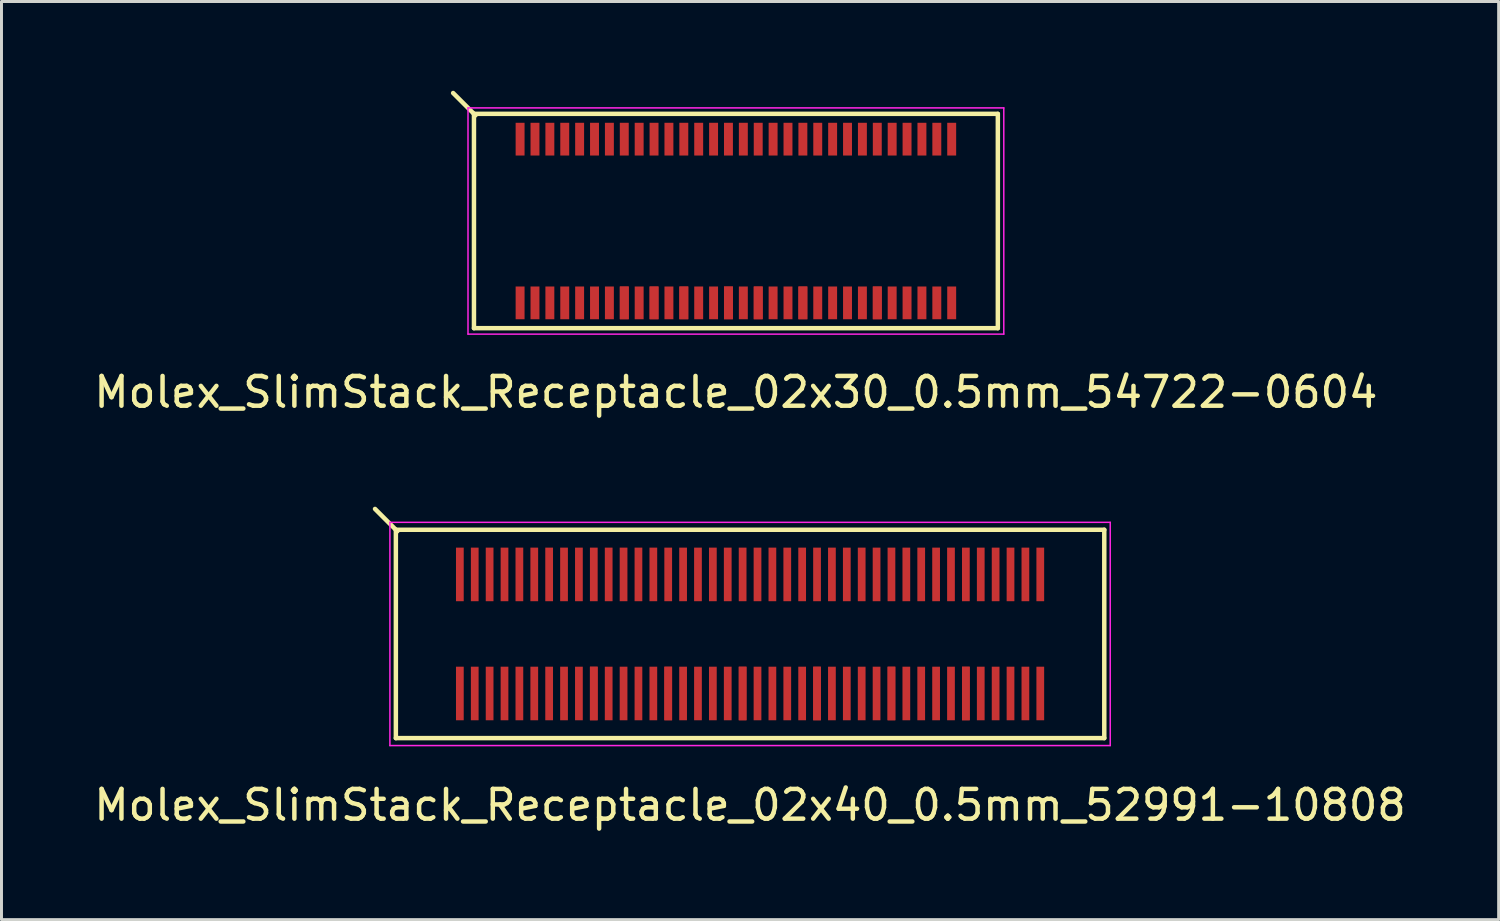
<source format=kicad_pcb>
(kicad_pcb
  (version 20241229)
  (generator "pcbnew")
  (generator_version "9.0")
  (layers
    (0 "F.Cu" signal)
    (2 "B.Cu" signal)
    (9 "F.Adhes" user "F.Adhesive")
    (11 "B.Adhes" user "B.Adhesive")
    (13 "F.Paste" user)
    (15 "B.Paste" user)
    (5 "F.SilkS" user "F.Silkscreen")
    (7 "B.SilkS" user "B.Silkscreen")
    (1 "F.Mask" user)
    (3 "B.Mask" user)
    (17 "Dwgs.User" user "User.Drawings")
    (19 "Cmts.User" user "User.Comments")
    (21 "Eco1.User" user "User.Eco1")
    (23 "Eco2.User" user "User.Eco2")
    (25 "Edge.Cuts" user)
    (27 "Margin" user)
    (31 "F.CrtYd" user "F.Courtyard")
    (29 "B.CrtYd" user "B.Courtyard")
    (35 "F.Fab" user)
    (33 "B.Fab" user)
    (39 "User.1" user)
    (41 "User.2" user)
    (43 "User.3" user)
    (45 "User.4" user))
  (footprint "Molex_SlimStack_Receptacle_02x40_0.5mm_52991-10808"
    (layer "F.Cu")
    (at 22.149 18.248)
    (property "Reference" "Molex_SlimStack_Receptacle_02x40_0.5mm_52991-10808" (at 0 5.75 0) (layer "F.SilkS") (effects (font (size 1 1) (thickness 0.15))))
    (attr smd)
    (fp_line (start -11.9 -3.5) (end -11.9 3.5) (stroke (width 0.15) (type solid)) (layer "F.SilkS"))
    (fp_line (start -11.9 3.5) (end 11.9 3.5) (stroke (width 0.15) (type solid)) (layer "F.SilkS"))
    (fp_line (start -11.85 -3.45) (end -12.6 -4.2) (stroke (width 0.15) (type solid)) (layer "F.SilkS"))
    (fp_line (start 11.9 -3.5) (end -11.9 -3.5) (stroke (width 0.15) (type solid)) (layer "F.SilkS"))
    (fp_line (start 11.9 3.5) (end 11.9 -3.5) (stroke (width 0.15) (type solid)) (layer "F.SilkS"))
    (fp_line (start -12.1 -3.75) (end -12.1 3.75) (stroke (width 0.05) (type solid)) (layer "F.CrtYd"))
    (fp_line (start -12.1 3.75) (end 12.1 3.75) (stroke (width 0.05) (type solid)) (layer "F.CrtYd"))
    (fp_line (start 12.1 -3.75) (end -12.1 -3.75) (stroke (width 0.05) (type solid)) (layer "F.CrtYd"))
    (fp_line (start 12.1 3.75) (end 12.1 -3.75) (stroke (width 0.05) (type solid)) (layer "F.CrtYd"))
    (pad "1" smd rect (at -9.75 -2) (size 0.26 1.8) (layers "F.Cu" "F.Mask" "F.Paste"))
    (pad "2" smd rect (at -9.75 2) (size 0.26 1.8) (layers "F.Cu" "F.Mask" "F.Paste"))
    (pad "3" smd rect (at -9.25 -2) (size 0.26 1.8) (layers "F.Cu" "F.Mask" "F.Paste"))
    (pad "4" smd rect (at -9.25 2) (size 0.26 1.8) (layers "F.Cu" "F.Mask" "F.Paste"))
    (pad "5" smd rect (at -8.75 -2) (size 0.26 1.8) (layers "F.Cu" "F.Mask" "F.Paste"))
    (pad "6" smd rect (at -8.75 2) (size 0.26 1.8) (layers "F.Cu" "F.Mask" "F.Paste"))
    (pad "7" smd rect (at -8.25 -2) (size 0.26 1.8) (layers "F.Cu" "F.Mask" "F.Paste"))
    (pad "8" smd rect (at -8.25 2) (size 0.26 1.8) (layers "F.Cu" "F.Mask" "F.Paste"))
    (pad "9" smd rect (at -7.75 -2) (size 0.26 1.8) (layers "F.Cu" "F.Mask" "F.Paste"))
    (pad "10" smd rect (at -7.75 2) (size 0.26 1.8) (layers "F.Cu" "F.Mask" "F.Paste"))
    (pad "11" smd rect (at -7.25 -2) (size 0.26 1.8) (layers "F.Cu" "F.Mask" "F.Paste"))
    (pad "12" smd rect (at -7.25 2) (size 0.26 1.8) (layers "F.Cu" "F.Mask" "F.Paste"))
    (pad "13" smd rect (at -6.75 -2) (size 0.26 1.8) (layers "F.Cu" "F.Mask" "F.Paste"))
    (pad "14" smd rect (at -6.75 2) (size 0.26 1.8) (layers "F.Cu" "F.Mask" "F.Paste"))
    (pad "15" smd rect (at -6.25 -2) (size 0.26 1.8) (layers "F.Cu" "F.Mask" "F.Paste"))
    (pad "16" smd rect (at -6.25 2) (size 0.26 1.8) (layers "F.Cu" "F.Mask" "F.Paste"))
    (pad "17" smd rect (at -5.75 -2) (size 0.26 1.8) (layers "F.Cu" "F.Mask" "F.Paste"))
    (pad "18" smd rect (at -5.75 2) (size 0.26 1.8) (layers "F.Cu" "F.Mask" "F.Paste"))
    (pad "19" smd rect (at -5.25 -2) (size 0.26 1.8) (layers "F.Cu" "F.Mask" "F.Paste"))
    (pad "20" smd rect (at -5.25 2) (size 0.26 1.8) (layers "F.Cu" "F.Mask" "F.Paste"))
    (pad "20" smd rect (at -5.25 2) (size 0.26 1.8) (layers "F.Cu" "F.Mask" "F.Paste"))
    (pad "21" smd rect (at -4.75 -2) (size 0.26 1.8) (layers "F.Cu" "F.Mask" "F.Paste"))
    (pad "22" smd rect (at -4.75 2) (size 0.26 1.8) (layers "F.Cu" "F.Mask" "F.Paste"))
    (pad "23" smd rect (at -4.25 -2) (size 0.26 1.8) (layers "F.Cu" "F.Mask" "F.Paste"))
    (pad "24" smd rect (at -4.25 2) (size 0.26 1.8) (layers "F.Cu" "F.Mask" "F.Paste"))
    (pad "25" smd rect (at -3.75 -2) (size 0.26 1.8) (layers "F.Cu" "F.Mask" "F.Paste"))
    (pad "26" smd rect (at -3.75 2) (size 0.26 1.8) (layers "F.Cu" "F.Mask" "F.Paste"))
    (pad "27" smd rect (at -3.25 -2) (size 0.26 1.8) (layers "F.Cu" "F.Mask" "F.Paste"))
    (pad "28" smd rect (at -3.25 2) (size 0.26 1.8) (layers "F.Cu" "F.Mask" "F.Paste"))
    (pad "29" smd rect (at -2.75 -2) (size 0.26 1.8) (layers "F.Cu" "F.Mask" "F.Paste"))
    (pad "30" smd rect (at -2.75 2) (size 0.26 1.8) (layers "F.Cu" "F.Mask" "F.Paste"))
    (pad "30" smd rect (at -2.75 2) (size 0.26 1.8) (layers "F.Cu" "F.Mask" "F.Paste"))
    (pad "31" smd rect (at -2.25 -2) (size 0.26 1.8) (layers "F.Cu" "F.Mask" "F.Paste"))
    (pad "32" smd rect (at -2.25 2) (size 0.26 1.8) (layers "F.Cu" "F.Mask" "F.Paste"))
    (pad "33" smd rect (at -1.75 -2) (size 0.26 1.8) (layers "F.Cu" "F.Mask" "F.Paste"))
    (pad "34" smd rect (at -1.75 2) (size 0.26 1.8) (layers "F.Cu" "F.Mask" "F.Paste"))
    (pad "35" smd rect (at -1.25 -2) (size 0.26 1.8) (layers "F.Cu" "F.Mask" "F.Paste"))
    (pad "36" smd rect (at -1.25 2) (size 0.26 1.8) (layers "F.Cu" "F.Mask" "F.Paste"))
    (pad "37" smd rect (at -0.75 -2) (size 0.26 1.8) (layers "F.Cu" "F.Mask" "F.Paste"))
    (pad "38" smd rect (at -0.75 2) (size 0.26 1.8) (layers "F.Cu" "F.Mask" "F.Paste"))
    (pad "39" smd rect (at -0.25 -2) (size 0.26 1.8) (layers "F.Cu" "F.Mask" "F.Paste"))
    (pad "40" smd rect (at -0.25 2) (size 0.26 1.8) (layers "F.Cu" "F.Mask" "F.Paste"))
    (pad "40" smd rect (at -0.25 2) (size 0.26 1.8) (layers "F.Cu" "F.Mask" "F.Paste"))
    (pad "41" smd rect (at 0.25 -2) (size 0.26 1.8) (layers "F.Cu" "F.Mask" "F.Paste"))
    (pad "42" smd rect (at 0.25 2) (size 0.26 1.8) (layers "F.Cu" "F.Mask" "F.Paste"))
    (pad "43" smd rect (at 0.75 -2) (size 0.26 1.8) (layers "F.Cu" "F.Mask" "F.Paste"))
    (pad "44" smd rect (at 0.75 2) (size 0.26 1.8) (layers "F.Cu" "F.Mask" "F.Paste"))
    (pad "45" smd rect (at 1.25 -2) (size 0.26 1.8) (layers "F.Cu" "F.Mask" "F.Paste"))
    (pad "46" smd rect (at 1.25 2) (size 0.26 1.8) (layers "F.Cu" "F.Mask" "F.Paste"))
    (pad "47" smd rect (at 1.75 -2) (size 0.26 1.8) (layers "F.Cu" "F.Mask" "F.Paste"))
    (pad "48" smd rect (at 1.75 2) (size 0.26 1.8) (layers "F.Cu" "F.Mask" "F.Paste"))
    (pad "49" smd rect (at 2.25 -2) (size 0.26 1.8) (layers "F.Cu" "F.Mask" "F.Paste"))
    (pad "50" smd rect (at 2.25 2) (size 0.26 1.8) (layers "F.Cu" "F.Mask" "F.Paste"))
    (pad "50" smd rect (at 2.25 2) (size 0.26 1.8) (layers "F.Cu" "F.Mask" "F.Paste"))
    (pad "51" smd rect (at 2.75 -2) (size 0.26 1.8) (layers "F.Cu" "F.Mask" "F.Paste"))
    (pad "52" smd rect (at 2.75 2) (size 0.26 1.8) (layers "F.Cu" "F.Mask" "F.Paste"))
    (pad "53" smd rect (at 3.25 -2) (size 0.26 1.8) (layers "F.Cu" "F.Mask" "F.Paste"))
    (pad "54" smd rect (at 3.25 2) (size 0.26 1.8) (layers "F.Cu" "F.Mask" "F.Paste"))
    (pad "55" smd rect (at 3.75 -2) (size 0.26 1.8) (layers "F.Cu" "F.Mask" "F.Paste"))
    (pad "56" smd rect (at 3.75 2) (size 0.26 1.8) (layers "F.Cu" "F.Mask" "F.Paste"))
    (pad "57" smd rect (at 4.25 -2) (size 0.26 1.8) (layers "F.Cu" "F.Mask" "F.Paste"))
    (pad "58" smd rect (at 4.25 2) (size 0.26 1.8) (layers "F.Cu" "F.Mask" "F.Paste"))
    (pad "59" smd rect (at 4.75 -2) (size 0.26 1.8) (layers "F.Cu" "F.Mask" "F.Paste"))
    (pad "60" smd rect (at 4.75 2) (size 0.26 1.8) (layers "F.Cu" "F.Mask" "F.Paste"))
    (pad "60" smd rect (at 4.75 2) (size 0.26 1.8) (layers "F.Cu" "F.Mask" "F.Paste"))
    (pad "61" smd rect (at 5.25 -2) (size 0.26 1.8) (layers "F.Cu" "F.Mask" "F.Paste"))
    (pad "62" smd rect (at 5.25 2) (size 0.26 1.8) (layers "F.Cu" "F.Mask" "F.Paste"))
    (pad "63" smd rect (at 5.75 -2) (size 0.26 1.8) (layers "F.Cu" "F.Mask" "F.Paste"))
    (pad "64" smd rect (at 5.75 2) (size 0.26 1.8) (layers "F.Cu" "F.Mask" "F.Paste"))
    (pad "65" smd rect (at 6.25 -2) (size 0.26 1.8) (layers "F.Cu" "F.Mask" "F.Paste"))
    (pad "66" smd rect (at 6.25 2) (size 0.26 1.8) (layers "F.Cu" "F.Mask" "F.Paste"))
    (pad "67" smd rect (at 6.75 -2) (size 0.26 1.8) (layers "F.Cu" "F.Mask" "F.Paste"))
    (pad "68" smd rect (at 6.75 2) (size 0.26 1.8) (layers "F.Cu" "F.Mask" "F.Paste"))
    (pad "69" smd rect (at 7.25 -2) (size 0.26 1.8) (layers "F.Cu" "F.Mask" "F.Paste"))
    (pad "70" smd rect (at 7.25 2) (size 0.26 1.8) (layers "F.Cu" "F.Mask" "F.Paste"))
    (pad "70" smd rect (at 7.25 2) (size 0.26 1.8) (layers "F.Cu" "F.Mask" "F.Paste"))
    (pad "71" smd rect (at 7.75 -2) (size 0.26 1.8) (layers "F.Cu" "F.Mask" "F.Paste"))
    (pad "72" smd rect (at 7.75 2) (size 0.26 1.8) (layers "F.Cu" "F.Mask" "F.Paste"))
    (pad "73" smd rect (at 8.25 -2) (size 0.26 1.8) (layers "F.Cu" "F.Mask" "F.Paste"))
    (pad "74" smd rect (at 8.25 2) (size 0.26 1.8) (layers "F.Cu" "F.Mask" "F.Paste"))
    (pad "75" smd rect (at 8.75 -2) (size 0.26 1.8) (layers "F.Cu" "F.Mask" "F.Paste"))
    (pad "76" smd rect (at 8.75 2) (size 0.26 1.8) (layers "F.Cu" "F.Mask" "F.Paste"))
    (pad "77" smd rect (at 9.25 -2) (size 0.26 1.8) (layers "F.Cu" "F.Mask" "F.Paste"))
    (pad "78" smd rect (at 9.25 2) (size 0.26 1.8) (layers "F.Cu" "F.Mask" "F.Paste"))
    (pad "79" smd rect (at 9.75 -2) (size 0.26 1.8) (layers "F.Cu" "F.Mask" "F.Paste"))
    (pad "80" smd rect (at 9.75 2) (size 0.26 1.8) (layers "F.Cu" "F.Mask" "F.Paste")))
  (footprint "Molex_SlimStack_Receptacle_02x30_0.5mm_54722-0604"
    (layer "F.Cu")
    (at 21.673 4.375)
    (property "Reference" "Molex_SlimStack_Receptacle_02x30_0.5mm_54722-0604" (at 0 5.75 0) (layer "F.SilkS") (effects (font (size 1 1) (thickness 0.15))))
    (attr smd)
    (fp_line (start -8.8 -3.6) (end -8.8 3.6) (stroke (width 0.15) (type solid)) (layer "F.SilkS"))
    (fp_line (start -8.8 3.6) (end 8.8 3.6) (stroke (width 0.15) (type solid)) (layer "F.SilkS"))
    (fp_line (start -8.75 -3.55) (end -9.5 -4.3) (stroke (width 0.15) (type solid)) (layer "F.SilkS"))
    (fp_line (start 8.8 -3.6) (end -8.8 -3.6) (stroke (width 0.15) (type solid)) (layer "F.SilkS"))
    (fp_line (start 8.8 3.6) (end 8.8 -3.6) (stroke (width 0.15) (type solid)) (layer "F.SilkS"))
    (fp_line (start -9 -3.8) (end -9 3.8) (stroke (width 0.05) (type solid)) (layer "F.CrtYd"))
    (fp_line (start -9 3.8) (end 9 3.8) (stroke (width 0.05) (type solid)) (layer "F.CrtYd"))
    (fp_line (start 9 -3.8) (end -9 -3.8) (stroke (width 0.05) (type solid)) (layer "F.CrtYd"))
    (fp_line (start 9 3.8) (end 9 -3.8) (stroke (width 0.05) (type solid)) (layer "F.CrtYd"))
    (pad "1" smd rect (at -7.25 -2.75) (size 0.3 1.1) (layers "F.Cu" "F.Mask" "F.Paste"))
    (pad "2" smd rect (at -7.25 2.75) (size 0.3 1.1) (layers "F.Cu" "F.Mask" "F.Paste"))
    (pad "3" smd rect (at -6.75 -2.75) (size 0.3 1.1) (layers "F.Cu" "F.Mask" "F.Paste"))
    (pad "4" smd rect (at -6.75 2.75) (size 0.3 1.1) (layers "F.Cu" "F.Mask" "F.Paste"))
    (pad "5" smd rect (at -6.25 -2.75) (size 0.3 1.1) (layers "F.Cu" "F.Mask" "F.Paste"))
    (pad "6" smd rect (at -6.25 2.75) (size 0.3 1.1) (layers "F.Cu" "F.Mask" "F.Paste"))
    (pad "7" smd rect (at -5.75 -2.75) (size 0.3 1.1) (layers "F.Cu" "F.Mask" "F.Paste"))
    (pad "8" smd rect (at -5.75 2.75) (size 0.3 1.1) (layers "F.Cu" "F.Mask" "F.Paste"))
    (pad "9" smd rect (at -5.25 -2.75) (size 0.3 1.1) (layers "F.Cu" "F.Mask" "F.Paste"))
    (pad "10" smd rect (at -5.25 2.75) (size 0.3 1.1) (layers "F.Cu" "F.Mask" "F.Paste"))
    (pad "11" smd rect (at -4.75 -2.75) (size 0.3 1.1) (layers "F.Cu" "F.Mask" "F.Paste"))
    (pad "12" smd rect (at -4.75 2.75) (size 0.3 1.1) (layers "F.Cu" "F.Mask" "F.Paste"))
    (pad "13" smd rect (at -4.25 -2.75) (size 0.3 1.1) (layers "F.Cu" "F.Mask" "F.Paste"))
    (pad "14" smd rect (at -4.25 2.75) (size 0.3 1.1) (layers "F.Cu" "F.Mask" "F.Paste"))
    (pad "15" smd rect (at -3.75 -2.75) (size 0.3 1.1) (layers "F.Cu" "F.Mask" "F.Paste"))
    (pad "16" smd rect (at -3.75 2.75) (size 0.3 1.1) (layers "F.Cu" "F.Mask" "F.Paste"))
    (pad "16" smd rect (at -3.75 2.75) (size 0.3 1.1) (layers "F.Cu" "F.Mask" "F.Paste"))
    (pad "17" smd rect (at -3.25 -2.75) (size 0.3 1.1) (layers "F.Cu" "F.Mask" "F.Paste"))
    (pad "18" smd rect (at -3.25 2.75) (size 0.3 1.1) (layers "F.Cu" "F.Mask" "F.Paste"))
    (pad "19" smd rect (at -2.75 -2.75) (size 0.3 1.1) (layers "F.Cu" "F.Mask" "F.Paste"))
    (pad "20" smd rect (at -2.75 2.75) (size 0.3 1.1) (layers "F.Cu" "F.Mask" "F.Paste"))
    (pad "20" smd rect (at -2.75 2.75) (size 0.3 1.1) (layers "F.Cu" "F.Mask" "F.Paste"))
    (pad "21" smd rect (at -2.25 -2.75) (size 0.3 1.1) (layers "F.Cu" "F.Mask" "F.Paste"))
    (pad "22" smd rect (at -2.25 2.75) (size 0.3 1.1) (layers "F.Cu" "F.Mask" "F.Paste"))
    (pad "23" smd rect (at -1.75 -2.75) (size 0.3 1.1) (layers "F.Cu" "F.Mask" "F.Paste"))
    (pad "24" smd rect (at -1.75 2.75) (size 0.3 1.1) (layers "F.Cu" "F.Mask" "F.Paste"))
    (pad "24" smd rect (at -1.75 2.75) (size 0.3 1.1) (layers "F.Cu" "F.Mask" "F.Paste"))
    (pad "25" smd rect (at -1.25 -2.75) (size 0.3 1.1) (layers "F.Cu" "F.Mask" "F.Paste"))
    (pad "26" smd rect (at -1.25 2.75) (size 0.3 1.1) (layers "F.Cu" "F.Mask" "F.Paste"))
    (pad "27" smd rect (at -0.75 -2.75) (size 0.3 1.1) (layers "F.Cu" "F.Mask" "F.Paste"))
    (pad "28" smd rect (at -0.75 2.75) (size 0.3 1.1) (layers "F.Cu" "F.Mask" "F.Paste"))
    (pad "29" smd rect (at -0.25 -2.75) (size 0.3 1.1) (layers "F.Cu" "F.Mask" "F.Paste"))
    (pad "30" smd rect (at -0.25 2.75) (size 0.3 1.1) (layers "F.Cu" "F.Mask" "F.Paste"))
    (pad "30" smd rect (at -0.25 2.75) (size 0.3 1.1) (layers "F.Cu" "F.Mask" "F.Paste"))
    (pad "31" smd rect (at 0.25 -2.75) (size 0.3 1.1) (layers "F.Cu" "F.Mask" "F.Paste"))
    (pad "32" smd rect (at 0.25 2.75) (size 0.3 1.1) (layers "F.Cu" "F.Mask" "F.Paste"))
    (pad "33" smd rect (at 0.75 -2.75) (size 0.3 1.1) (layers "F.Cu" "F.Mask" "F.Paste"))
    (pad "34" smd rect (at 0.75 2.75) (size 0.3 1.1) (layers "F.Cu" "F.Mask" "F.Paste"))
    (pad "34" smd rect (at 0.75 2.75) (size 0.3 1.1) (layers "F.Cu" "F.Mask" "F.Paste"))
    (pad "35" smd rect (at 1.25 -2.75) (size 0.3 1.1) (layers "F.Cu" "F.Mask" "F.Paste"))
    (pad "36" smd rect (at 1.25 2.75) (size 0.3 1.1) (layers "F.Cu" "F.Mask" "F.Paste"))
    (pad "37" smd rect (at 1.75 -2.75) (size 0.3 1.1) (layers "F.Cu" "F.Mask" "F.Paste"))
    (pad "38" smd rect (at 1.75 2.75) (size 0.3 1.1) (layers "F.Cu" "F.Mask" "F.Paste"))
    (pad "39" smd rect (at 2.25 -2.75) (size 0.3 1.1) (layers "F.Cu" "F.Mask" "F.Paste"))
    (pad "40" smd rect (at 2.25 2.75) (size 0.3 1.1) (layers "F.Cu" "F.Mask" "F.Paste"))
    (pad "40" smd rect (at 2.25 2.75) (size 0.3 1.1) (layers "F.Cu" "F.Mask" "F.Paste"))
    (pad "41" smd rect (at 2.75 -2.75) (size 0.3 1.1) (layers "F.Cu" "F.Mask" "F.Paste"))
    (pad "42" smd rect (at 2.75 2.75) (size 0.3 1.1) (layers "F.Cu" "F.Mask" "F.Paste"))
    (pad "43" smd rect (at 3.25 -2.75) (size 0.3 1.1) (layers "F.Cu" "F.Mask" "F.Paste"))
    (pad "44" smd rect (at 3.25 2.75) (size 0.3 1.1) (layers "F.Cu" "F.Mask" "F.Paste"))
    (pad "45" smd rect (at 3.75 -2.75) (size 0.3 1.1) (layers "F.Cu" "F.Mask" "F.Paste"))
    (pad "46" smd rect (at 3.75 2.75) (size 0.3 1.1) (layers "F.Cu" "F.Mask" "F.Paste"))
    (pad "47" smd rect (at 4.25 -2.75) (size 0.3 1.1) (layers "F.Cu" "F.Mask" "F.Paste"))
    (pad "48" smd rect (at 4.25 2.75) (size 0.3 1.1) (layers "F.Cu" "F.Mask" "F.Paste"))
    (pad "49" smd rect (at 4.75 -2.75) (size 0.3 1.1) (layers "F.Cu" "F.Mask" "F.Paste"))
    (pad "50" smd rect (at 4.75 2.75) (size 0.3 1.1) (layers "F.Cu" "F.Mask" "F.Paste"))
    (pad "50" smd rect (at 4.75 2.75) (size 0.3 1.1) (layers "F.Cu" "F.Mask" "F.Paste"))
    (pad "51" smd rect (at 5.25 -2.75) (size 0.3 1.1) (layers "F.Cu" "F.Mask" "F.Paste"))
    (pad "52" smd rect (at 5.25 2.75) (size 0.3 1.1) (layers "F.Cu" "F.Mask" "F.Paste"))
    (pad "53" smd rect (at 5.75 -2.75) (size 0.3 1.1) (layers "F.Cu" "F.Mask" "F.Paste"))
    (pad "54" smd rect (at 5.75 2.75) (size 0.3 1.1) (layers "F.Cu" "F.Mask" "F.Paste"))
    (pad "55" smd rect (at 6.25 -2.75) (size 0.3 1.1) (layers "F.Cu" "F.Mask" "F.Paste"))
    (pad "56" smd rect (at 6.25 2.75) (size 0.3 1.1) (layers "F.Cu" "F.Mask" "F.Paste"))
    (pad "57" smd rect (at 6.75 -2.75) (size 0.3 1.1) (layers "F.Cu" "F.Mask" "F.Paste"))
    (pad "58" smd rect (at 6.75 2.75) (size 0.3 1.1) (layers "F.Cu" "F.Mask" "F.Paste"))
    (pad "59" smd rect (at 7.25 -2.75) (size 0.3 1.1) (layers "F.Cu" "F.Mask" "F.Paste"))
    (pad "60" smd rect (at 7.25 2.75) (size 0.3 1.1) (layers "F.Cu" "F.Mask" "F.Paste")))
  (gr_rect
    (start -3 -3)
    (end 47.298 27.846)
    (stroke (width 0.1) (type default))
    (fill no)
    (layer "Edge.Cuts")))
</source>
